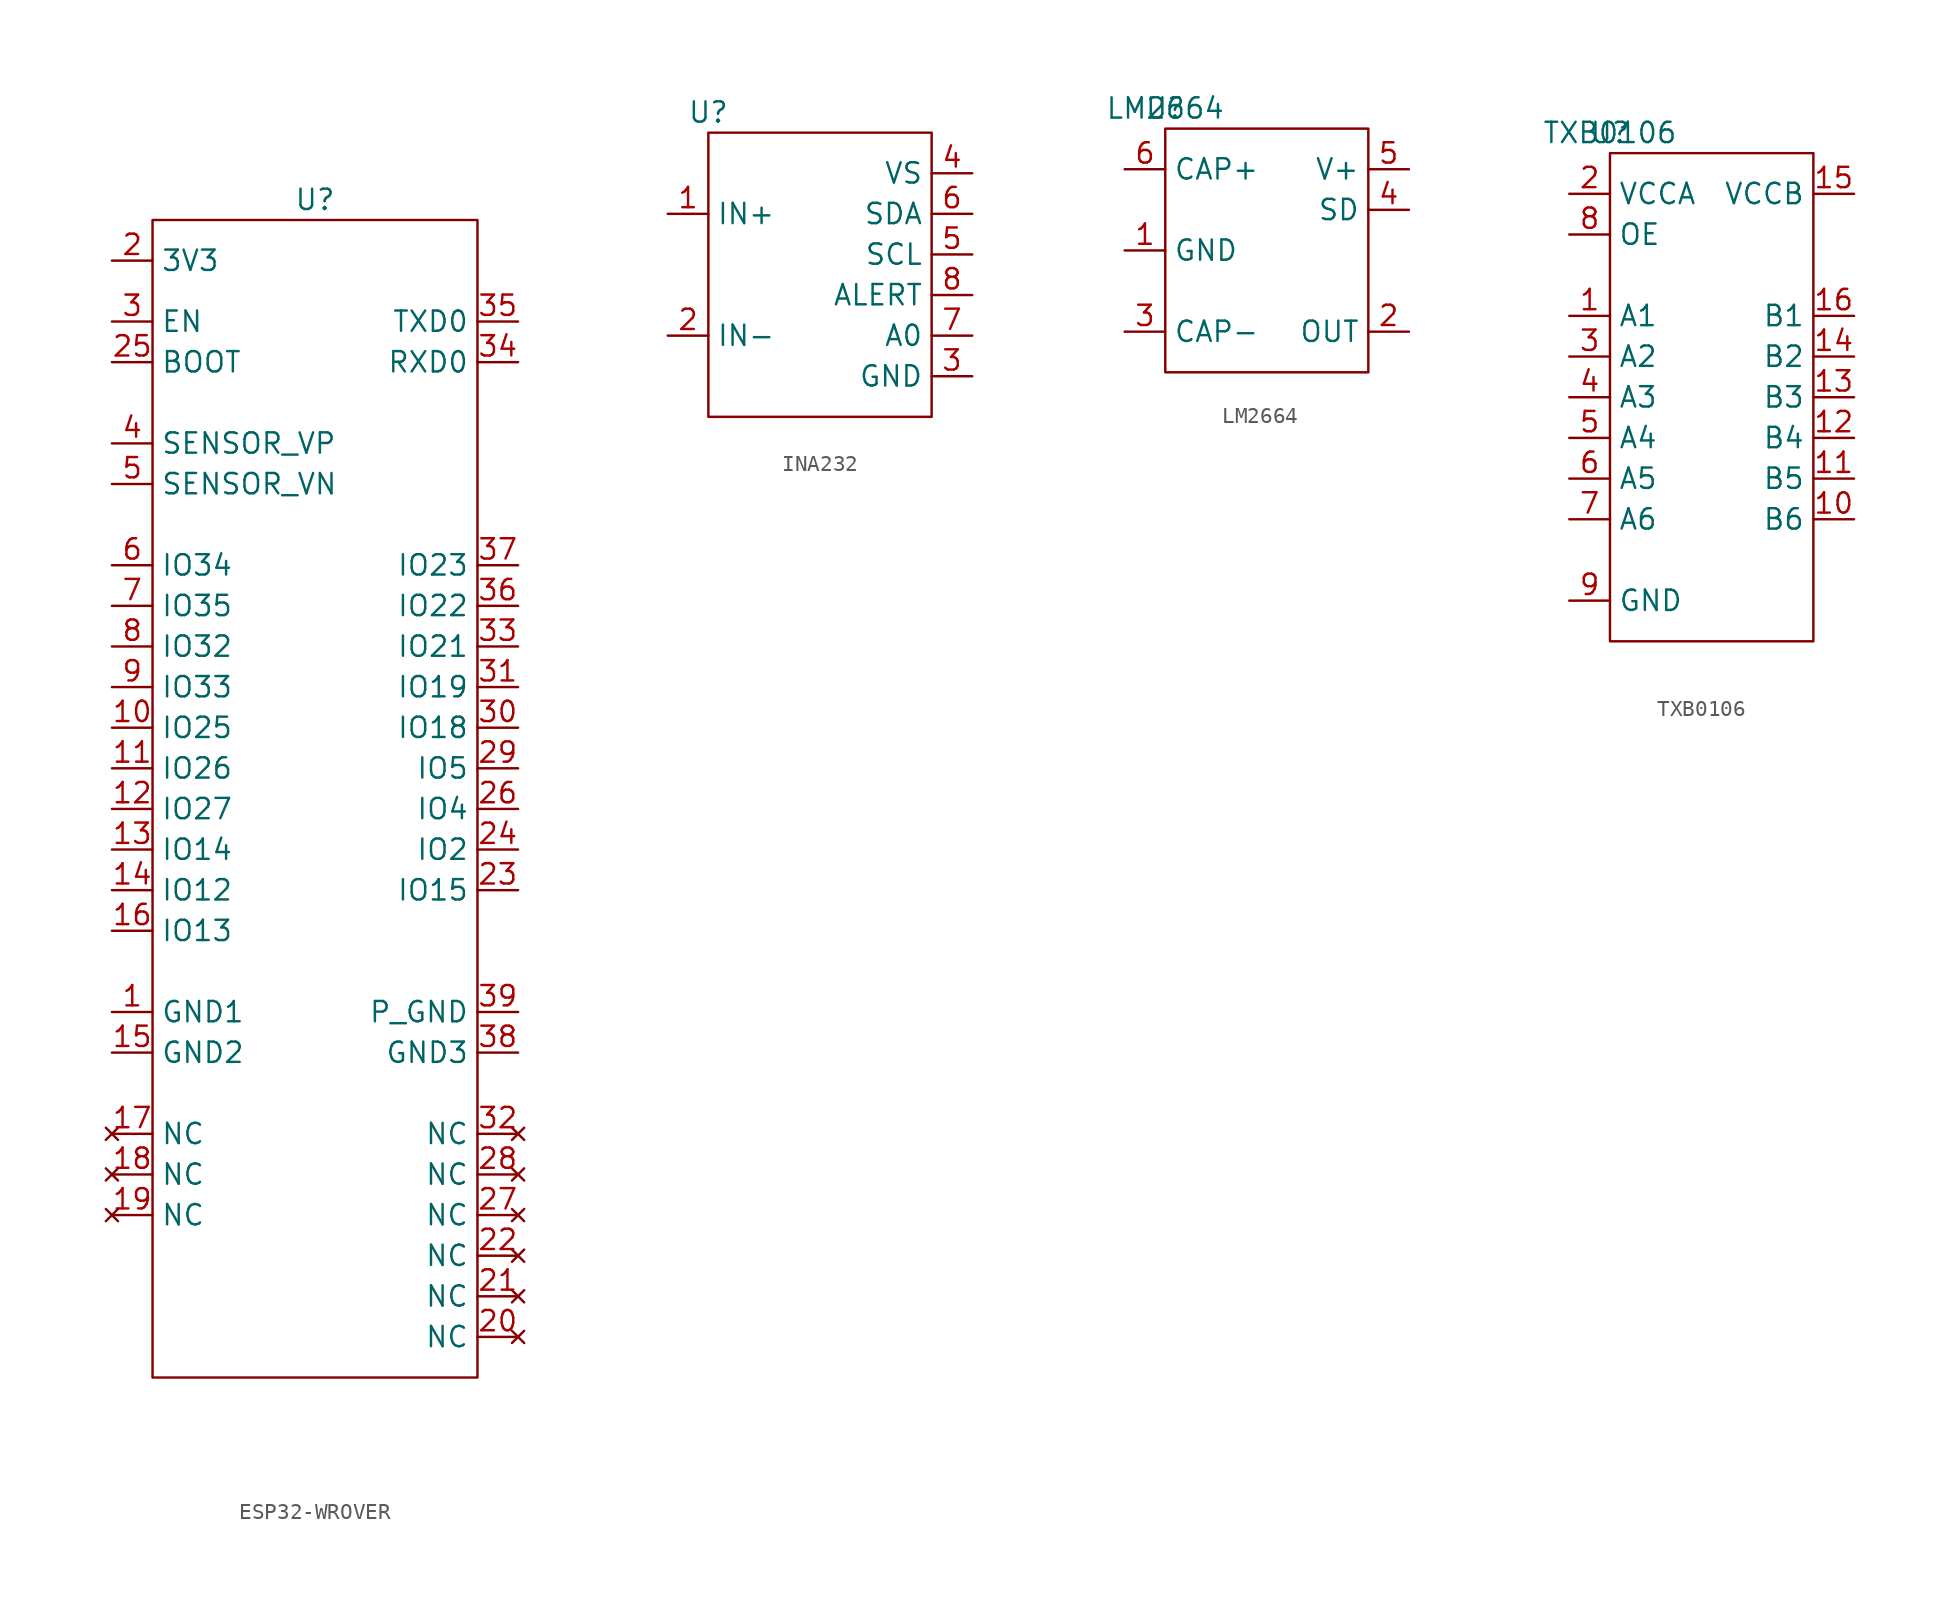
<source format=kicad_sym>
(kicad_symbol_lib
  (version 20220914)
  (generator kicad_symbol_editor)
  (symbol "ESP32-WROVER"
    (property "Reference" "U"
      (at 0 0 0)
      (effects (font (size 1.27 1.27))))
    (property "Value" ""
      (at 0 0 0)
      (effects (font (size 1.27 1.27))))
    (symbol "ESP32-WROVER_0_1"
      (rectangle (start -10.16 -1.27) (end 10.16 -73.66) (stroke (width 0) (type default)) (fill (type none))))
    (symbol "ESP32-WROVER_1_1"
      (pin power_out line (at -12.7 -50.8 0) (length 2.54) (name "GND1" (effects (font (size 1.27 1.27)))) (number "1" (effects (font (size 1.27 1.27)))))
      (pin bidirectional line (at -12.7 -33.02 0) (length 2.54) (name "IO25" (effects (font (size 1.27 1.27)))) (number "10" (effects (font (size 1.27 1.27)))))
      (pin bidirectional line (at -12.7 -35.56 0) (length 2.54) (name "IO26" (effects (font (size 1.27 1.27)))) (number "11" (effects (font (size 1.27 1.27)))))
      (pin bidirectional line (at -12.7 -38.1 0) (length 2.54) (name "IO27" (effects (font (size 1.27 1.27)))) (number "12" (effects (font (size 1.27 1.27)))))
      (pin bidirectional line (at -12.7 -40.64 0) (length 2.54) (name "IO14" (effects (font (size 1.27 1.27)))) (number "13" (effects (font (size 1.27 1.27)))))
      (pin bidirectional line (at -12.7 -43.18 0) (length 2.54) (name "IO12" (effects (font (size 1.27 1.27)))) (number "14" (effects (font (size 1.27 1.27)))))
      (pin power_out line (at -12.7 -53.34 0) (length 2.54) (name "GND2" (effects (font (size 1.27 1.27)))) (number "15" (effects (font (size 1.27 1.27)))))
      (pin bidirectional line (at -12.7 -45.72 0) (length 2.54) (name "IO13" (effects (font (size 1.27 1.27)))) (number "16" (effects (font (size 1.27 1.27)))))
      (pin no_connect line (at -12.7 -58.42 0) (length 2.54) (name "NC" (effects (font (size 1.27 1.27)))) (number "17" (effects (font (size 1.27 1.27)))))
      (pin no_connect line (at -12.7 -60.96 0) (length 2.54) (name "NC" (effects (font (size 1.27 1.27)))) (number "18" (effects (font (size 1.27 1.27)))))
      (pin no_connect line (at -12.7 -63.5 0) (length 2.54) (name "NC" (effects (font (size 1.27 1.27)))) (number "19" (effects (font (size 1.27 1.27)))))
      (pin power_in line (at -12.7 -3.81 0) (length 2.54) (name "3V3" (effects (font (size 1.27 1.27)))) (number "2" (effects (font (size 1.27 1.27)))))
      (pin no_connect line (at 12.7 -71.12 180) (length 2.54) (name "NC" (effects (font (size 1.27 1.27)))) (number "20" (effects (font (size 1.27 1.27)))))
      (pin no_connect line (at 12.7 -68.58 180) (length 2.54) (name "NC" (effects (font (size 1.27 1.27)))) (number "21" (effects (font (size 1.27 1.27)))))
      (pin no_connect line (at 12.7 -66.04 180) (length 2.54) (name "NC" (effects (font (size 1.27 1.27)))) (number "22" (effects (font (size 1.27 1.27)))))
      (pin bidirectional line (at 12.7 -43.18 180) (length 2.54) (name "IO15" (effects (font (size 1.27 1.27)))) (number "23" (effects (font (size 1.27 1.27)))))
      (pin bidirectional line (at 12.7 -40.64 180) (length 2.54) (name "IO2" (effects (font (size 1.27 1.27)))) (number "24" (effects (font (size 1.27 1.27)))))
      (pin input line (at -12.7 -10.16 0) (length 2.54) (name "BOOT" (effects (font (size 1.27 1.27)))) (number "25" (effects (font (size 1.27 1.27)))))
      (pin bidirectional line (at 12.7 -38.1 180) (length 2.54) (name "IO4" (effects (font (size 1.27 1.27)))) (number "26" (effects (font (size 1.27 1.27)))))
      (pin no_connect line (at 12.7 -63.5 180) (length 2.54) (name "NC" (effects (font (size 1.27 1.27)))) (number "27" (effects (font (size 1.27 1.27)))))
      (pin no_connect line (at 12.7 -60.96 180) (length 2.54) (name "NC" (effects (font (size 1.27 1.27)))) (number "28" (effects (font (size 1.27 1.27)))))
      (pin bidirectional line (at 12.7 -35.56 180) (length 2.54) (name "IO5" (effects (font (size 1.27 1.27)))) (number "29" (effects (font (size 1.27 1.27)))))
      (pin input line (at -12.7 -7.62 0) (length 2.54) (name "EN" (effects (font (size 1.27 1.27)))) (number "3" (effects (font (size 1.27 1.27)))))
      (pin bidirectional line (at 12.7 -33.02 180) (length 2.54) (name "IO18" (effects (font (size 1.27 1.27)))) (number "30" (effects (font (size 1.27 1.27)))))
      (pin bidirectional line (at 12.7 -30.48 180) (length 2.54) (name "IO19" (effects (font (size 1.27 1.27)))) (number "31" (effects (font (size 1.27 1.27)))))
      (pin no_connect line (at 12.7 -58.42 180) (length 2.54) (name "NC" (effects (font (size 1.27 1.27)))) (number "32" (effects (font (size 1.27 1.27)))))
      (pin bidirectional line (at 12.7 -27.94 180) (length 2.54) (name "IO21" (effects (font (size 1.27 1.27)))) (number "33" (effects (font (size 1.27 1.27)))))
      (pin input line (at 12.7 -10.16 180) (length 2.54) (name "RXD0" (effects (font (size 1.27 1.27)))) (number "34" (effects (font (size 1.27 1.27)))))
      (pin output line (at 12.7 -7.62 180) (length 2.54) (name "TXD0" (effects (font (size 1.27 1.27)))) (number "35" (effects (font (size 1.27 1.27)))))
      (pin bidirectional line (at 12.7 -25.4 180) (length 2.54) (name "IO22" (effects (font (size 1.27 1.27)))) (number "36" (effects (font (size 1.27 1.27)))))
      (pin bidirectional line (at 12.7 -22.86 180) (length 2.54) (name "IO23" (effects (font (size 1.27 1.27)))) (number "37" (effects (font (size 1.27 1.27)))))
      (pin power_out line (at 12.7 -53.34 180) (length 2.54) (name "GND3" (effects (font (size 1.27 1.27)))) (number "38" (effects (font (size 1.27 1.27)))))
      (pin power_out line (at 12.7 -50.8 180) (length 2.54) (name "P_GND" (effects (font (size 1.27 1.27)))) (number "39" (effects (font (size 1.27 1.27)))))
      (pin input line (at -12.7 -15.24 0) (length 2.54) (name "SENSOR_VP" (effects (font (size 1.27 1.27)))) (number "4" (effects (font (size 1.27 1.27)))))
      (pin input line (at -12.7 -17.78 0) (length 2.54) (name "SENSOR_VN" (effects (font (size 1.27 1.27)))) (number "5" (effects (font (size 1.27 1.27)))))
      (pin input line (at -12.7 -22.86 0) (length 2.54) (name "IO34" (effects (font (size 1.27 1.27)))) (number "6" (effects (font (size 1.27 1.27)))))
      (pin input line (at -12.7 -25.4 0) (length 2.54) (name "IO35" (effects (font (size 1.27 1.27)))) (number "7" (effects (font (size 1.27 1.27)))))
      (pin bidirectional line (at -12.7 -27.94 0) (length 2.54) (name "IO32" (effects (font (size 1.27 1.27)))) (number "8" (effects (font (size 1.27 1.27)))))
      (pin bidirectional line (at -12.7 -30.48 0) (length 2.54) (name "IO33" (effects (font (size 1.27 1.27)))) (number "9" (effects (font (size 1.27 1.27)))))))
  (symbol "INA232"
    (property "Reference" "U"
      (at 0 0 0)
      (effects (font (size 1.27 1.27))))
    (property "Value" ""
      (at 0 0 0)
      (effects (font (size 1.27 1.27))))
    (symbol "INA232_0_1"
      (rectangle (start 0 -1.27) (end 13.97 -19.05) (stroke (width 0) (type default)) (fill (type none))))
    (symbol "INA232_1_1"
      (pin input line (at -2.54 -6.35 0) (length 2.54) (name "IN+" (effects (font (size 1.27 1.27)))) (number "1" (effects (font (size 1.27 1.27)))))
      (pin input line (at -2.54 -13.97 0) (length 2.54) (name "IN-" (effects (font (size 1.27 1.27)))) (number "2" (effects (font (size 1.27 1.27)))))
      (pin input line (at 16.51 -16.51 180) (length 2.54) (name "GND" (effects (font (size 1.27 1.27)))) (number "3" (effects (font (size 1.27 1.27)))))
      (pin power_in line (at 16.51 -3.81 180) (length 2.54) (name "VS" (effects (font (size 1.27 1.27)))) (number "4" (effects (font (size 1.27 1.27)))))
      (pin input line (at 16.51 -8.89 180) (length 2.54) (name "SCL" (effects (font (size 1.27 1.27)))) (number "5" (effects (font (size 1.27 1.27)))))
      (pin bidirectional line (at 16.51 -6.35 180) (length 2.54) (name "SDA" (effects (font (size 1.27 1.27)))) (number "6" (effects (font (size 1.27 1.27)))))
      (pin input line (at 16.51 -13.97 180) (length 2.54) (name "A0" (effects (font (size 1.27 1.27)))) (number "7" (effects (font (size 1.27 1.27)))))
      (pin output line (at 16.51 -11.43 180) (length 2.54) (name "ALERT" (effects (font (size 1.27 1.27)))) (number "8" (effects (font (size 1.27 1.27)))))))
  (symbol "LM2664"
    (property "Reference" "U"
      (at 0 0 0)
      (effects (font (size 1.27 1.27))))
    (property "Value" "LM2664"
      (at 0 0 0)
      (effects (font (size 1.27 1.27))))
    (symbol "LM2664_0_1"
      (rectangle (start 0 -1.27) (end 12.7 -16.51) (stroke (width 0) (type default)) (fill (type none))))
    (symbol "LM2664_1_1"
      (pin power_in line (at -2.54 -8.89 0) (length 2.54) (name "GND" (effects (font (size 1.27 1.27)))) (number "1" (effects (font (size 1.27 1.27)))))
      (pin power_out line (at 15.24 -13.97 180) (length 2.54) (name "OUT" (effects (font (size 1.27 1.27)))) (number "2" (effects (font (size 1.27 1.27)))))
      (pin bidirectional line (at -2.54 -13.97 0) (length 2.54) (name "CAP-" (effects (font (size 1.27 1.27)))) (number "3" (effects (font (size 1.27 1.27)))))
      (pin input line (at 15.24 -6.35 180) (length 2.54) (name "SD" (effects (font (size 1.27 1.27)))) (number "4" (effects (font (size 1.27 1.27)))))
      (pin power_in line (at 15.24 -3.81 180) (length 2.54) (name "V+" (effects (font (size 1.27 1.27)))) (number "5" (effects (font (size 1.27 1.27)))))
      (pin bidirectional line (at -2.54 -3.81 0) (length 2.54) (name "CAP+" (effects (font (size 1.27 1.27)))) (number "6" (effects (font (size 1.27 1.27)))))))
  (symbol "TXB0106"
    (property "Reference" "U"
      (at 0 0 0)
      (effects (font (size 1.27 1.27))))
    (property "Value" "TXB0106"
      (at 0 0 0)
      (effects (font (size 1.27 1.27))))
    (symbol "TXB0106_0_1"
      (rectangle (start 0 -1.27) (end 12.7 -31.75) (stroke (width 0) (type default)) (fill (type none))))
    (symbol "TXB0106_1_1"
      (pin bidirectional line (at -2.54 -11.43 0) (length 2.54) (name "A1" (effects (font (size 1.27 1.27)))) (number "1" (effects (font (size 1.27 1.27)))))
      (pin bidirectional line (at 15.24 -24.13 180) (length 2.54) (name "B6" (effects (font (size 1.27 1.27)))) (number "10" (effects (font (size 1.27 1.27)))))
      (pin bidirectional line (at 15.24 -21.59 180) (length 2.54) (name "B5" (effects (font (size 1.27 1.27)))) (number "11" (effects (font (size 1.27 1.27)))))
      (pin bidirectional line (at 15.24 -19.05 180) (length 2.54) (name "B4" (effects (font (size 1.27 1.27)))) (number "12" (effects (font (size 1.27 1.27)))))
      (pin bidirectional line (at 15.24 -16.51 180) (length 2.54) (name "B3" (effects (font (size 1.27 1.27)))) (number "13" (effects (font (size 1.27 1.27)))))
      (pin bidirectional line (at 15.24 -13.97 180) (length 2.54) (name "B2" (effects (font (size 1.27 1.27)))) (number "14" (effects (font (size 1.27 1.27)))))
      (pin bidirectional line (at 15.24 -3.81 180) (length 2.54) (name "VCCB" (effects (font (size 1.27 1.27)))) (number "15" (effects (font (size 1.27 1.27)))))
      (pin bidirectional line (at 15.24 -11.43 180) (length 2.54) (name "B1" (effects (font (size 1.27 1.27)))) (number "16" (effects (font (size 1.27 1.27)))))
      (pin power_in line (at -2.54 -3.81 0) (length 2.54) (name "VCCA" (effects (font (size 1.27 1.27)))) (number "2" (effects (font (size 1.27 1.27)))))
      (pin bidirectional line (at -2.54 -13.97 0) (length 2.54) (name "A2" (effects (font (size 1.27 1.27)))) (number "3" (effects (font (size 1.27 1.27)))))
      (pin bidirectional line (at -2.54 -16.51 0) (length 2.54) (name "A3" (effects (font (size 1.27 1.27)))) (number "4" (effects (font (size 1.27 1.27)))))
      (pin bidirectional line (at -2.54 -19.05 0) (length 2.54) (name "A4" (effects (font (size 1.27 1.27)))) (number "5" (effects (font (size 1.27 1.27)))))
      (pin bidirectional line (at -2.54 -21.59 0) (length 2.54) (name "A5" (effects (font (size 1.27 1.27)))) (number "6" (effects (font (size 1.27 1.27)))))
      (pin bidirectional line (at -2.54 -24.13 0) (length 2.54) (name "A6" (effects (font (size 1.27 1.27)))) (number "7" (effects (font (size 1.27 1.27)))))
      (pin input line (at -2.54 -6.35 0) (length 2.54) (name "OE" (effects (font (size 1.27 1.27)))) (number "8" (effects (font (size 1.27 1.27)))))
      (pin power_in line (at -2.54 -29.21 0) (length 2.54) (name "GND" (effects (font (size 1.27 1.27)))) (number "9" (effects (font (size 1.27 1.27))))))))
</source>
